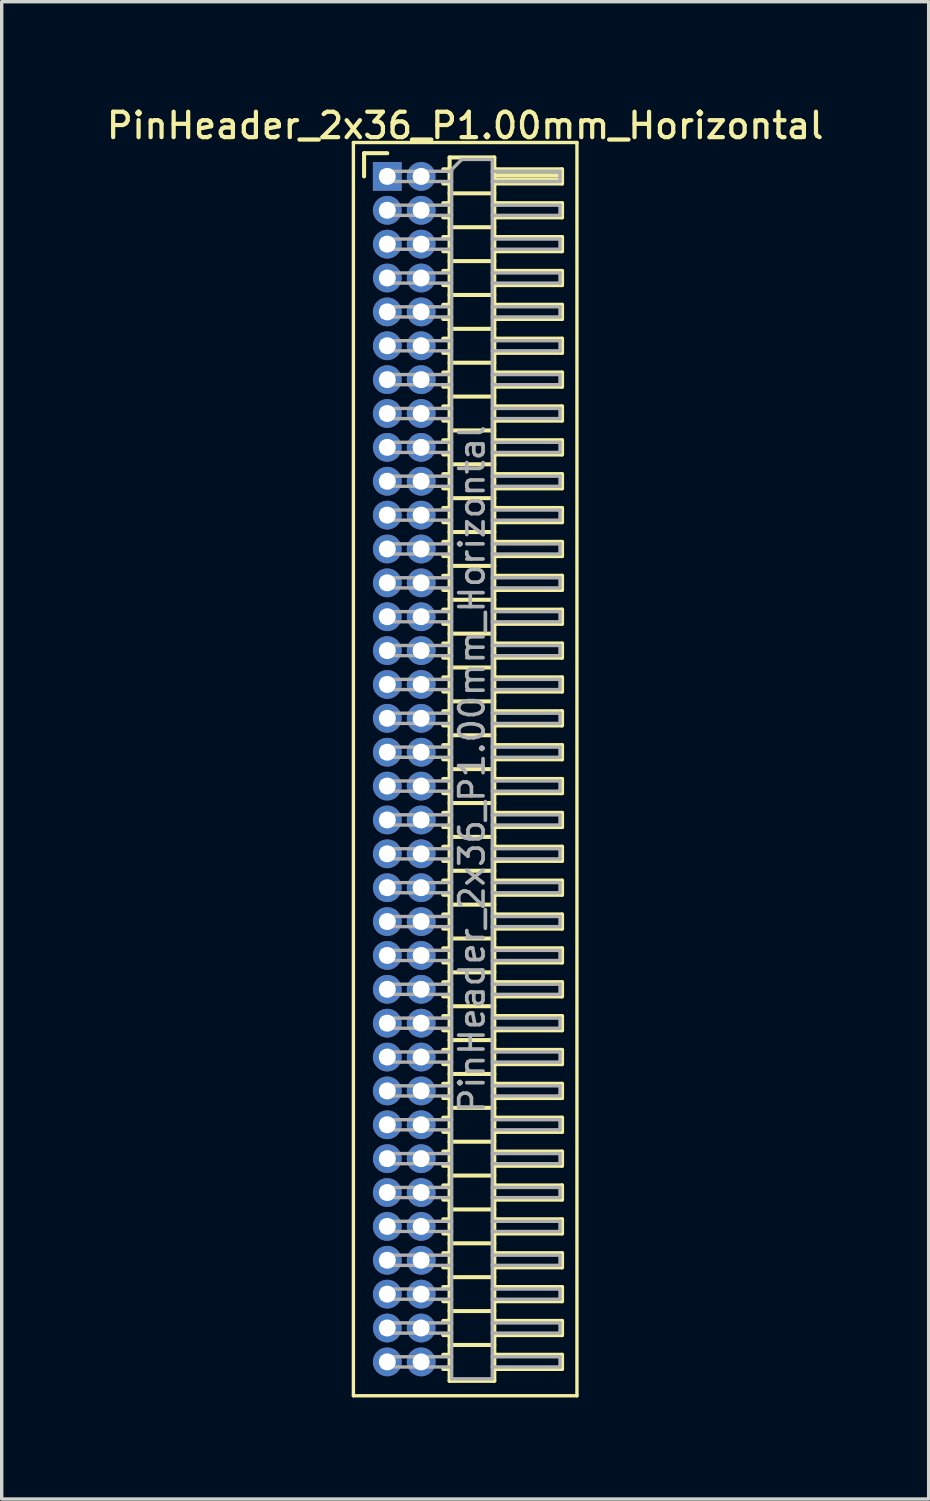
<source format=kicad_pcb>
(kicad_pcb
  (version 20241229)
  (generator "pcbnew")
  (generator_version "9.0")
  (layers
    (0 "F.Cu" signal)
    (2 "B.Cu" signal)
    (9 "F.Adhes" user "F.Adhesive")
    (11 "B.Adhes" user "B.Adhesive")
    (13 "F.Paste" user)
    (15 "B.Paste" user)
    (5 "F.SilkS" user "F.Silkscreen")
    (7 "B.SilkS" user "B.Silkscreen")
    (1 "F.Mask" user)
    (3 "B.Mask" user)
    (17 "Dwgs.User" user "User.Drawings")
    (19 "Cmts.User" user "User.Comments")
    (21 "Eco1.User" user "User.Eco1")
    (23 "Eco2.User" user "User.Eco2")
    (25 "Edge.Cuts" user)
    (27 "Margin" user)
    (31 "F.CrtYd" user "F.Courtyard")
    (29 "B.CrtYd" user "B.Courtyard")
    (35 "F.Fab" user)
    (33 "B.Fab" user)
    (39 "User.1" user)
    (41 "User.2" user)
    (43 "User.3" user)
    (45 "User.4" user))
  (footprint "PinHeader_2x36_P1.00mm_Horizontal"
    (layer "F.Cu")
    (at 8.384 2.158)
    (property "Reference" "PinHeader_2x36_P1.00mm_Horizontal" (at 2.3 -1.5 0) (layer "F.SilkS") (effects (font (size 0.75 0.75) (thickness 0.125))))
    (attr through_hole)
    (fp_line (start -1 -1) (end -1 36) (stroke (width 0.1) (type solid)) (layer "F.SilkS"))
    (fp_line (start -1 36) (end 5.6 36) (stroke (width 0.1) (type solid)) (layer "F.SilkS"))
    (fp_line (start -0.685 -0.685) (end 0 -0.685) (stroke (width 0.12) (type solid)) (layer "F.SilkS"))
    (fp_line (start -0.685 0) (end -0.685 -0.685) (stroke (width 0.12) (type solid)) (layer "F.SilkS"))
    (fp_line (start 1.652 -0.21) (end 1.84 -0.21) (stroke (width 0.12) (type solid)) (layer "F.SilkS"))
    (fp_line (start 1.652 0.21) (end 1.84 0.21) (stroke (width 0.12) (type solid)) (layer "F.SilkS"))
    (fp_line (start 1.652 0.79) (end 1.84 0.79) (stroke (width 0.12) (type solid)) (layer "F.SilkS"))
    (fp_line (start 1.652 1.21) (end 1.84 1.21) (stroke (width 0.12) (type solid)) (layer "F.SilkS"))
    (fp_line (start 1.652 1.79) (end 1.84 1.79) (stroke (width 0.12) (type solid)) (layer "F.SilkS"))
    (fp_line (start 1.652 2.21) (end 1.84 2.21) (stroke (width 0.12) (type solid)) (layer "F.SilkS"))
    (fp_line (start 1.652 2.79) (end 1.84 2.79) (stroke (width 0.12) (type solid)) (layer "F.SilkS"))
    (fp_line (start 1.652 3.21) (end 1.84 3.21) (stroke (width 0.12) (type solid)) (layer "F.SilkS"))
    (fp_line (start 1.652 3.79) (end 1.84 3.79) (stroke (width 0.12) (type solid)) (layer "F.SilkS"))
    (fp_line (start 1.652 4.21) (end 1.84 4.21) (stroke (width 0.12) (type solid)) (layer "F.SilkS"))
    (fp_line (start 1.652 4.79) (end 1.84 4.79) (stroke (width 0.12) (type solid)) (layer "F.SilkS"))
    (fp_line (start 1.652 5.21) (end 1.84 5.21) (stroke (width 0.12) (type solid)) (layer "F.SilkS"))
    (fp_line (start 1.652 5.79) (end 1.84 5.79) (stroke (width 0.12) (type solid)) (layer "F.SilkS"))
    (fp_line (start 1.652 6.21) (end 1.84 6.21) (stroke (width 0.12) (type solid)) (layer "F.SilkS"))
    (fp_line (start 1.652 6.79) (end 1.84 6.79) (stroke (width 0.12) (type solid)) (layer "F.SilkS"))
    (fp_line (start 1.652 7.21) (end 1.84 7.21) (stroke (width 0.12) (type solid)) (layer "F.SilkS"))
    (fp_line (start 1.652 7.79) (end 1.84 7.79) (stroke (width 0.12) (type solid)) (layer "F.SilkS"))
    (fp_line (start 1.652 8.21) (end 1.84 8.21) (stroke (width 0.12) (type solid)) (layer "F.SilkS"))
    (fp_line (start 1.652 8.79) (end 1.84 8.79) (stroke (width 0.12) (type solid)) (layer "F.SilkS"))
    (fp_line (start 1.652 9.21) (end 1.84 9.21) (stroke (width 0.12) (type solid)) (layer "F.SilkS"))
    (fp_line (start 1.652 9.79) (end 1.84 9.79) (stroke (width 0.12) (type solid)) (layer "F.SilkS"))
    (fp_line (start 1.652 10.21) (end 1.84 10.21) (stroke (width 0.12) (type solid)) (layer "F.SilkS"))
    (fp_line (start 1.652 10.79) (end 1.84 10.79) (stroke (width 0.12) (type solid)) (layer "F.SilkS"))
    (fp_line (start 1.652 11.21) (end 1.84 11.21) (stroke (width 0.12) (type solid)) (layer "F.SilkS"))
    (fp_line (start 1.652 11.79) (end 1.84 11.79) (stroke (width 0.12) (type solid)) (layer "F.SilkS"))
    (fp_line (start 1.652 12.21) (end 1.84 12.21) (stroke (width 0.12) (type solid)) (layer "F.SilkS"))
    (fp_line (start 1.652 12.79) (end 1.84 12.79) (stroke (width 0.12) (type solid)) (layer "F.SilkS"))
    (fp_line (start 1.652 13.21) (end 1.84 13.21) (stroke (width 0.12) (type solid)) (layer "F.SilkS"))
    (fp_line (start 1.652 13.79) (end 1.84 13.79) (stroke (width 0.12) (type solid)) (layer "F.SilkS"))
    (fp_line (start 1.652 14.21) (end 1.84 14.21) (stroke (width 0.12) (type solid)) (layer "F.SilkS"))
    (fp_line (start 1.652 14.79) (end 1.84 14.79) (stroke (width 0.12) (type solid)) (layer "F.SilkS"))
    (fp_line (start 1.652 15.21) (end 1.84 15.21) (stroke (width 0.12) (type solid)) (layer "F.SilkS"))
    (fp_line (start 1.652 15.79) (end 1.84 15.79) (stroke (width 0.12) (type solid)) (layer "F.SilkS"))
    (fp_line (start 1.652 16.21) (end 1.84 16.21) (stroke (width 0.12) (type solid)) (layer "F.SilkS"))
    (fp_line (start 1.652 16.79) (end 1.84 16.79) (stroke (width 0.12) (type solid)) (layer "F.SilkS"))
    (fp_line (start 1.652 17.21) (end 1.84 17.21) (stroke (width 0.12) (type solid)) (layer "F.SilkS"))
    (fp_line (start 1.652 17.79) (end 1.84 17.79) (stroke (width 0.12) (type solid)) (layer "F.SilkS"))
    (fp_line (start 1.652 18.21) (end 1.84 18.21) (stroke (width 0.12) (type solid)) (layer "F.SilkS"))
    (fp_line (start 1.652 18.79) (end 1.84 18.79) (stroke (width 0.12) (type solid)) (layer "F.SilkS"))
    (fp_line (start 1.652 19.21) (end 1.84 19.21) (stroke (width 0.12) (type solid)) (layer "F.SilkS"))
    (fp_line (start 1.652 19.79) (end 1.84 19.79) (stroke (width 0.12) (type solid)) (layer "F.SilkS"))
    (fp_line (start 1.652 20.21) (end 1.84 20.21) (stroke (width 0.12) (type solid)) (layer "F.SilkS"))
    (fp_line (start 1.652 20.79) (end 1.84 20.79) (stroke (width 0.12) (type solid)) (layer "F.SilkS"))
    (fp_line (start 1.652 21.21) (end 1.84 21.21) (stroke (width 0.12) (type solid)) (layer "F.SilkS"))
    (fp_line (start 1.652 21.79) (end 1.84 21.79) (stroke (width 0.12) (type solid)) (layer "F.SilkS"))
    (fp_line (start 1.652 22.21) (end 1.84 22.21) (stroke (width 0.12) (type solid)) (layer "F.SilkS"))
    (fp_line (start 1.652 22.79) (end 1.84 22.79) (stroke (width 0.12) (type solid)) (layer "F.SilkS"))
    (fp_line (start 1.652 23.21) (end 1.84 23.21) (stroke (width 0.12) (type solid)) (layer "F.SilkS"))
    (fp_line (start 1.652 23.79) (end 1.84 23.79) (stroke (width 0.12) (type solid)) (layer "F.SilkS"))
    (fp_line (start 1.652 24.21) (end 1.84 24.21) (stroke (width 0.12) (type solid)) (layer "F.SilkS"))
    (fp_line (start 1.652 24.79) (end 1.84 24.79) (stroke (width 0.12) (type solid)) (layer "F.SilkS"))
    (fp_line (start 1.652 25.21) (end 1.84 25.21) (stroke (width 0.12) (type solid)) (layer "F.SilkS"))
    (fp_line (start 1.652 25.79) (end 1.84 25.79) (stroke (width 0.12) (type solid)) (layer "F.SilkS"))
    (fp_line (start 1.652 26.21) (end 1.84 26.21) (stroke (width 0.12) (type solid)) (layer "F.SilkS"))
    (fp_line (start 1.652 26.79) (end 1.84 26.79) (stroke (width 0.12) (type solid)) (layer "F.SilkS"))
    (fp_line (start 1.652 27.21) (end 1.84 27.21) (stroke (width 0.12) (type solid)) (layer "F.SilkS"))
    (fp_line (start 1.652 27.79) (end 1.84 27.79) (stroke (width 0.12) (type solid)) (layer "F.SilkS"))
    (fp_line (start 1.652 28.21) (end 1.84 28.21) (stroke (width 0.12) (type solid)) (layer "F.SilkS"))
    (fp_line (start 1.652 28.79) (end 1.84 28.79) (stroke (width 0.12) (type solid)) (layer "F.SilkS"))
    (fp_line (start 1.652 29.21) (end 1.84 29.21) (stroke (width 0.12) (type solid)) (layer "F.SilkS"))
    (fp_line (start 1.652 29.79) (end 1.84 29.79) (stroke (width 0.12) (type solid)) (layer "F.SilkS"))
    (fp_line (start 1.652 30.21) (end 1.84 30.21) (stroke (width 0.12) (type solid)) (layer "F.SilkS"))
    (fp_line (start 1.652 30.79) (end 1.84 30.79) (stroke (width 0.12) (type solid)) (layer "F.SilkS"))
    (fp_line (start 1.652 31.21) (end 1.84 31.21) (stroke (width 0.12) (type solid)) (layer "F.SilkS"))
    (fp_line (start 1.652 31.79) (end 1.84 31.79) (stroke (width 0.12) (type solid)) (layer "F.SilkS"))
    (fp_line (start 1.652 32.21) (end 1.84 32.21) (stroke (width 0.12) (type solid)) (layer "F.SilkS"))
    (fp_line (start 1.652 32.79) (end 1.84 32.79) (stroke (width 0.12) (type solid)) (layer "F.SilkS"))
    (fp_line (start 1.652 33.21) (end 1.84 33.21) (stroke (width 0.12) (type solid)) (layer "F.SilkS"))
    (fp_line (start 1.652 33.79) (end 1.84 33.79) (stroke (width 0.12) (type solid)) (layer "F.SilkS"))
    (fp_line (start 1.652 34.21) (end 1.84 34.21) (stroke (width 0.12) (type solid)) (layer "F.SilkS"))
    (fp_line (start 1.652 34.79) (end 1.84 34.79) (stroke (width 0.12) (type solid)) (layer "F.SilkS"))
    (fp_line (start 1.652 35.21) (end 1.84 35.21) (stroke (width 0.12) (type solid)) (layer "F.SilkS"))
    (fp_line (start 1.84 -0.56) (end 1.84 35.56) (stroke (width 0.12) (type solid)) (layer "F.SilkS"))
    (fp_line (start 1.84 0.5) (end 3.16 0.5) (stroke (width 0.12) (type solid)) (layer "F.SilkS"))
    (fp_line (start 1.84 1.5) (end 3.16 1.5) (stroke (width 0.12) (type solid)) (layer "F.SilkS"))
    (fp_line (start 1.84 2.5) (end 3.16 2.5) (stroke (width 0.12) (type solid)) (layer "F.SilkS"))
    (fp_line (start 1.84 3.5) (end 3.16 3.5) (stroke (width 0.12) (type solid)) (layer "F.SilkS"))
    (fp_line (start 1.84 4.5) (end 3.16 4.5) (stroke (width 0.12) (type solid)) (layer "F.SilkS"))
    (fp_line (start 1.84 5.5) (end 3.16 5.5) (stroke (width 0.12) (type solid)) (layer "F.SilkS"))
    (fp_line (start 1.84 6.5) (end 3.16 6.5) (stroke (width 0.12) (type solid)) (layer "F.SilkS"))
    (fp_line (start 1.84 7.5) (end 3.16 7.5) (stroke (width 0.12) (type solid)) (layer "F.SilkS"))
    (fp_line (start 1.84 8.5) (end 3.16 8.5) (stroke (width 0.12) (type solid)) (layer "F.SilkS"))
    (fp_line (start 1.84 9.5) (end 3.16 9.5) (stroke (width 0.12) (type solid)) (layer "F.SilkS"))
    (fp_line (start 1.84 10.5) (end 3.16 10.5) (stroke (width 0.12) (type solid)) (layer "F.SilkS"))
    (fp_line (start 1.84 11.5) (end 3.16 11.5) (stroke (width 0.12) (type solid)) (layer "F.SilkS"))
    (fp_line (start 1.84 12.5) (end 3.16 12.5) (stroke (width 0.12) (type solid)) (layer "F.SilkS"))
    (fp_line (start 1.84 13.5) (end 3.16 13.5) (stroke (width 0.12) (type solid)) (layer "F.SilkS"))
    (fp_line (start 1.84 14.5) (end 3.16 14.5) (stroke (width 0.12) (type solid)) (layer "F.SilkS"))
    (fp_line (start 1.84 15.5) (end 3.16 15.5) (stroke (width 0.12) (type solid)) (layer "F.SilkS"))
    (fp_line (start 1.84 16.5) (end 3.16 16.5) (stroke (width 0.12) (type solid)) (layer "F.SilkS"))
    (fp_line (start 1.84 17.5) (end 3.16 17.5) (stroke (width 0.12) (type solid)) (layer "F.SilkS"))
    (fp_line (start 1.84 18.5) (end 3.16 18.5) (stroke (width 0.12) (type solid)) (layer "F.SilkS"))
    (fp_line (start 1.84 19.5) (end 3.16 19.5) (stroke (width 0.12) (type solid)) (layer "F.SilkS"))
    (fp_line (start 1.84 20.5) (end 3.16 20.5) (stroke (width 0.12) (type solid)) (layer "F.SilkS"))
    (fp_line (start 1.84 21.5) (end 3.16 21.5) (stroke (width 0.12) (type solid)) (layer "F.SilkS"))
    (fp_line (start 1.84 22.5) (end 3.16 22.5) (stroke (width 0.12) (type solid)) (layer "F.SilkS"))
    (fp_line (start 1.84 23.5) (end 3.16 23.5) (stroke (width 0.12) (type solid)) (layer "F.SilkS"))
    (fp_line (start 1.84 24.5) (end 3.16 24.5) (stroke (width 0.12) (type solid)) (layer "F.SilkS"))
    (fp_line (start 1.84 25.5) (end 3.16 25.5) (stroke (width 0.12) (type solid)) (layer "F.SilkS"))
    (fp_line (start 1.84 26.5) (end 3.16 26.5) (stroke (width 0.12) (type solid)) (layer "F.SilkS"))
    (fp_line (start 1.84 27.5) (end 3.16 27.5) (stroke (width 0.12) (type solid)) (layer "F.SilkS"))
    (fp_line (start 1.84 28.5) (end 3.16 28.5) (stroke (width 0.12) (type solid)) (layer "F.SilkS"))
    (fp_line (start 1.84 29.5) (end 3.16 29.5) (stroke (width 0.12) (type solid)) (layer "F.SilkS"))
    (fp_line (start 1.84 30.5) (end 3.16 30.5) (stroke (width 0.12) (type solid)) (layer "F.SilkS"))
    (fp_line (start 1.84 31.5) (end 3.16 31.5) (stroke (width 0.12) (type solid)) (layer "F.SilkS"))
    (fp_line (start 1.84 32.5) (end 3.16 32.5) (stroke (width 0.12) (type solid)) (layer "F.SilkS"))
    (fp_line (start 1.84 33.5) (end 3.16 33.5) (stroke (width 0.12) (type solid)) (layer "F.SilkS"))
    (fp_line (start 1.84 34.5) (end 3.16 34.5) (stroke (width 0.12) (type solid)) (layer "F.SilkS"))
    (fp_line (start 1.84 35.56) (end 3.16 35.56) (stroke (width 0.12) (type solid)) (layer "F.SilkS"))
    (fp_line (start 3.16 -0.56) (end 1.84 -0.56) (stroke (width 0.12) (type solid)) (layer "F.SilkS"))
    (fp_line (start 3.16 -0.21) (end 5.16 -0.21) (stroke (width 0.12) (type solid)) (layer "F.SilkS"))
    (fp_line (start 3.16 -0.15) (end 5.16 -0.15) (stroke (width 0.12) (type solid)) (layer "F.SilkS"))
    (fp_line (start 3.16 -0.03) (end 5.16 -0.03) (stroke (width 0.12) (type solid)) (layer "F.SilkS"))
    (fp_line (start 3.16 0.09) (end 5.16 0.09) (stroke (width 0.12) (type solid)) (layer "F.SilkS"))
    (fp_line (start 3.16 0.79) (end 5.16 0.79) (stroke (width 0.12) (type solid)) (layer "F.SilkS"))
    (fp_line (start 3.16 1.79) (end 5.16 1.79) (stroke (width 0.12) (type solid)) (layer "F.SilkS"))
    (fp_line (start 3.16 2.79) (end 5.16 2.79) (stroke (width 0.12) (type solid)) (layer "F.SilkS"))
    (fp_line (start 3.16 3.79) (end 5.16 3.79) (stroke (width 0.12) (type solid)) (layer "F.SilkS"))
    (fp_line (start 3.16 4.79) (end 5.16 4.79) (stroke (width 0.12) (type solid)) (layer "F.SilkS"))
    (fp_line (start 3.16 5.79) (end 5.16 5.79) (stroke (width 0.12) (type solid)) (layer "F.SilkS"))
    (fp_line (start 3.16 6.79) (end 5.16 6.79) (stroke (width 0.12) (type solid)) (layer "F.SilkS"))
    (fp_line (start 3.16 7.79) (end 5.16 7.79) (stroke (width 0.12) (type solid)) (layer "F.SilkS"))
    (fp_line (start 3.16 8.79) (end 5.16 8.79) (stroke (width 0.12) (type solid)) (layer "F.SilkS"))
    (fp_line (start 3.16 9.79) (end 5.16 9.79) (stroke (width 0.12) (type solid)) (layer "F.SilkS"))
    (fp_line (start 3.16 10.79) (end 5.16 10.79) (stroke (width 0.12) (type solid)) (layer "F.SilkS"))
    (fp_line (start 3.16 11.79) (end 5.16 11.79) (stroke (width 0.12) (type solid)) (layer "F.SilkS"))
    (fp_line (start 3.16 12.79) (end 5.16 12.79) (stroke (width 0.12) (type solid)) (layer "F.SilkS"))
    (fp_line (start 3.16 13.79) (end 5.16 13.79) (stroke (width 0.12) (type solid)) (layer "F.SilkS"))
    (fp_line (start 3.16 14.79) (end 5.16 14.79) (stroke (width 0.12) (type solid)) (layer "F.SilkS"))
    (fp_line (start 3.16 15.79) (end 5.16 15.79) (stroke (width 0.12) (type solid)) (layer "F.SilkS"))
    (fp_line (start 3.16 16.79) (end 5.16 16.79) (stroke (width 0.12) (type solid)) (layer "F.SilkS"))
    (fp_line (start 3.16 17.79) (end 5.16 17.79) (stroke (width 0.12) (type solid)) (layer "F.SilkS"))
    (fp_line (start 3.16 18.79) (end 5.16 18.79) (stroke (width 0.12) (type solid)) (layer "F.SilkS"))
    (fp_line (start 3.16 19.79) (end 5.16 19.79) (stroke (width 0.12) (type solid)) (layer "F.SilkS"))
    (fp_line (start 3.16 20.79) (end 5.16 20.79) (stroke (width 0.12) (type solid)) (layer "F.SilkS"))
    (fp_line (start 3.16 21.79) (end 5.16 21.79) (stroke (width 0.12) (type solid)) (layer "F.SilkS"))
    (fp_line (start 3.16 22.79) (end 5.16 22.79) (stroke (width 0.12) (type solid)) (layer "F.SilkS"))
    (fp_line (start 3.16 23.79) (end 5.16 23.79) (stroke (width 0.12) (type solid)) (layer "F.SilkS"))
    (fp_line (start 3.16 24.79) (end 5.16 24.79) (stroke (width 0.12) (type solid)) (layer "F.SilkS"))
    (fp_line (start 3.16 25.79) (end 5.16 25.79) (stroke (width 0.12) (type solid)) (layer "F.SilkS"))
    (fp_line (start 3.16 26.79) (end 5.16 26.79) (stroke (width 0.12) (type solid)) (layer "F.SilkS"))
    (fp_line (start 3.16 27.79) (end 5.16 27.79) (stroke (width 0.12) (type solid)) (layer "F.SilkS"))
    (fp_line (start 3.16 28.79) (end 5.16 28.79) (stroke (width 0.12) (type solid)) (layer "F.SilkS"))
    (fp_line (start 3.16 29.79) (end 5.16 29.79) (stroke (width 0.12) (type solid)) (layer "F.SilkS"))
    (fp_line (start 3.16 30.79) (end 5.16 30.79) (stroke (width 0.12) (type solid)) (layer "F.SilkS"))
    (fp_line (start 3.16 31.79) (end 5.16 31.79) (stroke (width 0.12) (type solid)) (layer "F.SilkS"))
    (fp_line (start 3.16 32.79) (end 5.16 32.79) (stroke (width 0.12) (type solid)) (layer "F.SilkS"))
    (fp_line (start 3.16 33.79) (end 5.16 33.79) (stroke (width 0.12) (type solid)) (layer "F.SilkS"))
    (fp_line (start 3.16 34.79) (end 5.16 34.79) (stroke (width 0.12) (type solid)) (layer "F.SilkS"))
    (fp_line (start 3.16 35.56) (end 3.16 -0.56) (stroke (width 0.12) (type solid)) (layer "F.SilkS"))
    (fp_line (start 5.16 -0.21) (end 5.16 0.21) (stroke (width 0.12) (type solid)) (layer "F.SilkS"))
    (fp_line (start 5.16 0.21) (end 3.16 0.21) (stroke (width 0.12) (type solid)) (layer "F.SilkS"))
    (fp_line (start 5.16 0.79) (end 5.16 1.21) (stroke (width 0.12) (type solid)) (layer "F.SilkS"))
    (fp_line (start 5.16 1.21) (end 3.16 1.21) (stroke (width 0.12) (type solid)) (layer "F.SilkS"))
    (fp_line (start 5.16 1.79) (end 5.16 2.21) (stroke (width 0.12) (type solid)) (layer "F.SilkS"))
    (fp_line (start 5.16 2.21) (end 3.16 2.21) (stroke (width 0.12) (type solid)) (layer "F.SilkS"))
    (fp_line (start 5.16 2.79) (end 5.16 3.21) (stroke (width 0.12) (type solid)) (layer "F.SilkS"))
    (fp_line (start 5.16 3.21) (end 3.16 3.21) (stroke (width 0.12) (type solid)) (layer "F.SilkS"))
    (fp_line (start 5.16 3.79) (end 5.16 4.21) (stroke (width 0.12) (type solid)) (layer "F.SilkS"))
    (fp_line (start 5.16 4.21) (end 3.16 4.21) (stroke (width 0.12) (type solid)) (layer "F.SilkS"))
    (fp_line (start 5.16 4.79) (end 5.16 5.21) (stroke (width 0.12) (type solid)) (layer "F.SilkS"))
    (fp_line (start 5.16 5.21) (end 3.16 5.21) (stroke (width 0.12) (type solid)) (layer "F.SilkS"))
    (fp_line (start 5.16 5.79) (end 5.16 6.21) (stroke (width 0.12) (type solid)) (layer "F.SilkS"))
    (fp_line (start 5.16 6.21) (end 3.16 6.21) (stroke (width 0.12) (type solid)) (layer "F.SilkS"))
    (fp_line (start 5.16 6.79) (end 5.16 7.21) (stroke (width 0.12) (type solid)) (layer "F.SilkS"))
    (fp_line (start 5.16 7.21) (end 3.16 7.21) (stroke (width 0.12) (type solid)) (layer "F.SilkS"))
    (fp_line (start 5.16 7.79) (end 5.16 8.21) (stroke (width 0.12) (type solid)) (layer "F.SilkS"))
    (fp_line (start 5.16 8.21) (end 3.16 8.21) (stroke (width 0.12) (type solid)) (layer "F.SilkS"))
    (fp_line (start 5.16 8.79) (end 5.16 9.21) (stroke (width 0.12) (type solid)) (layer "F.SilkS"))
    (fp_line (start 5.16 9.21) (end 3.16 9.21) (stroke (width 0.12) (type solid)) (layer "F.SilkS"))
    (fp_line (start 5.16 9.79) (end 5.16 10.21) (stroke (width 0.12) (type solid)) (layer "F.SilkS"))
    (fp_line (start 5.16 10.21) (end 3.16 10.21) (stroke (width 0.12) (type solid)) (layer "F.SilkS"))
    (fp_line (start 5.16 10.79) (end 5.16 11.21) (stroke (width 0.12) (type solid)) (layer "F.SilkS"))
    (fp_line (start 5.16 11.21) (end 3.16 11.21) (stroke (width 0.12) (type solid)) (layer "F.SilkS"))
    (fp_line (start 5.16 11.79) (end 5.16 12.21) (stroke (width 0.12) (type solid)) (layer "F.SilkS"))
    (fp_line (start 5.16 12.21) (end 3.16 12.21) (stroke (width 0.12) (type solid)) (layer "F.SilkS"))
    (fp_line (start 5.16 12.79) (end 5.16 13.21) (stroke (width 0.12) (type solid)) (layer "F.SilkS"))
    (fp_line (start 5.16 13.21) (end 3.16 13.21) (stroke (width 0.12) (type solid)) (layer "F.SilkS"))
    (fp_line (start 5.16 13.79) (end 5.16 14.21) (stroke (width 0.12) (type solid)) (layer "F.SilkS"))
    (fp_line (start 5.16 14.21) (end 3.16 14.21) (stroke (width 0.12) (type solid)) (layer "F.SilkS"))
    (fp_line (start 5.16 14.79) (end 5.16 15.21) (stroke (width 0.12) (type solid)) (layer "F.SilkS"))
    (fp_line (start 5.16 15.21) (end 3.16 15.21) (stroke (width 0.12) (type solid)) (layer "F.SilkS"))
    (fp_line (start 5.16 15.79) (end 5.16 16.21) (stroke (width 0.12) (type solid)) (layer "F.SilkS"))
    (fp_line (start 5.16 16.21) (end 3.16 16.21) (stroke (width 0.12) (type solid)) (layer "F.SilkS"))
    (fp_line (start 5.16 16.79) (end 5.16 17.21) (stroke (width 0.12) (type solid)) (layer "F.SilkS"))
    (fp_line (start 5.16 17.21) (end 3.16 17.21) (stroke (width 0.12) (type solid)) (layer "F.SilkS"))
    (fp_line (start 5.16 17.79) (end 5.16 18.21) (stroke (width 0.12) (type solid)) (layer "F.SilkS"))
    (fp_line (start 5.16 18.21) (end 3.16 18.21) (stroke (width 0.12) (type solid)) (layer "F.SilkS"))
    (fp_line (start 5.16 18.79) (end 5.16 19.21) (stroke (width 0.12) (type solid)) (layer "F.SilkS"))
    (fp_line (start 5.16 19.21) (end 3.16 19.21) (stroke (width 0.12) (type solid)) (layer "F.SilkS"))
    (fp_line (start 5.16 19.79) (end 5.16 20.21) (stroke (width 0.12) (type solid)) (layer "F.SilkS"))
    (fp_line (start 5.16 20.21) (end 3.16 20.21) (stroke (width 0.12) (type solid)) (layer "F.SilkS"))
    (fp_line (start 5.16 20.79) (end 5.16 21.21) (stroke (width 0.12) (type solid)) (layer "F.SilkS"))
    (fp_line (start 5.16 21.21) (end 3.16 21.21) (stroke (width 0.12) (type solid)) (layer "F.SilkS"))
    (fp_line (start 5.16 21.79) (end 5.16 22.21) (stroke (width 0.12) (type solid)) (layer "F.SilkS"))
    (fp_line (start 5.16 22.21) (end 3.16 22.21) (stroke (width 0.12) (type solid)) (layer "F.SilkS"))
    (fp_line (start 5.16 22.79) (end 5.16 23.21) (stroke (width 0.12) (type solid)) (layer "F.SilkS"))
    (fp_line (start 5.16 23.21) (end 3.16 23.21) (stroke (width 0.12) (type solid)) (layer "F.SilkS"))
    (fp_line (start 5.16 23.79) (end 5.16 24.21) (stroke (width 0.12) (type solid)) (layer "F.SilkS"))
    (fp_line (start 5.16 24.21) (end 3.16 24.21) (stroke (width 0.12) (type solid)) (layer "F.SilkS"))
    (fp_line (start 5.16 24.79) (end 5.16 25.21) (stroke (width 0.12) (type solid)) (layer "F.SilkS"))
    (fp_line (start 5.16 25.21) (end 3.16 25.21) (stroke (width 0.12) (type solid)) (layer "F.SilkS"))
    (fp_line (start 5.16 25.79) (end 5.16 26.21) (stroke (width 0.12) (type solid)) (layer "F.SilkS"))
    (fp_line (start 5.16 26.21) (end 3.16 26.21) (stroke (width 0.12) (type solid)) (layer "F.SilkS"))
    (fp_line (start 5.16 26.79) (end 5.16 27.21) (stroke (width 0.12) (type solid)) (layer "F.SilkS"))
    (fp_line (start 5.16 27.21) (end 3.16 27.21) (stroke (width 0.12) (type solid)) (layer "F.SilkS"))
    (fp_line (start 5.16 27.79) (end 5.16 28.21) (stroke (width 0.12) (type solid)) (layer "F.SilkS"))
    (fp_line (start 5.16 28.21) (end 3.16 28.21) (stroke (width 0.12) (type solid)) (layer "F.SilkS"))
    (fp_line (start 5.16 28.79) (end 5.16 29.21) (stroke (width 0.12) (type solid)) (layer "F.SilkS"))
    (fp_line (start 5.16 29.21) (end 3.16 29.21) (stroke (width 0.12) (type solid)) (layer "F.SilkS"))
    (fp_line (start 5.16 29.79) (end 5.16 30.21) (stroke (width 0.12) (type solid)) (layer "F.SilkS"))
    (fp_line (start 5.16 30.21) (end 3.16 30.21) (stroke (width 0.12) (type solid)) (layer "F.SilkS"))
    (fp_line (start 5.16 30.79) (end 5.16 31.21) (stroke (width 0.12) (type solid)) (layer "F.SilkS"))
    (fp_line (start 5.16 31.21) (end 3.16 31.21) (stroke (width 0.12) (type solid)) (layer "F.SilkS"))
    (fp_line (start 5.16 31.79) (end 5.16 32.21) (stroke (width 0.12) (type solid)) (layer "F.SilkS"))
    (fp_line (start 5.16 32.21) (end 3.16 32.21) (stroke (width 0.12) (type solid)) (layer "F.SilkS"))
    (fp_line (start 5.16 32.79) (end 5.16 33.21) (stroke (width 0.12) (type solid)) (layer "F.SilkS"))
    (fp_line (start 5.16 33.21) (end 3.16 33.21) (stroke (width 0.12) (type solid)) (layer "F.SilkS"))
    (fp_line (start 5.16 33.79) (end 5.16 34.21) (stroke (width 0.12) (type solid)) (layer "F.SilkS"))
    (fp_line (start 5.16 34.21) (end 3.16 34.21) (stroke (width 0.12) (type solid)) (layer "F.SilkS"))
    (fp_line (start 5.16 34.79) (end 5.16 35.21) (stroke (width 0.12) (type solid)) (layer "F.SilkS"))
    (fp_line (start 5.16 35.21) (end 3.16 35.21) (stroke (width 0.12) (type solid)) (layer "F.SilkS"))
    (fp_line (start 5.6 -1) (end -1 -1) (stroke (width 0.1) (type solid)) (layer "F.SilkS"))
    (fp_line (start 5.6 36) (end 5.6 -1) (stroke (width 0.1) (type solid)) (layer "F.SilkS"))
    (fp_line (start -0.15 -0.15) (end -0.15 0.15) (stroke (width 0.1) (type solid)) (layer "F.Fab"))
    (fp_line (start -0.15 -0.15) (end 1.9 -0.15) (stroke (width 0.1) (type solid)) (layer "F.Fab"))
    (fp_line (start -0.15 0.15) (end 1.9 0.15) (stroke (width 0.1) (type solid)) (layer "F.Fab"))
    (fp_line (start -0.15 0.85) (end -0.15 1.15) (stroke (width 0.1) (type solid)) (layer "F.Fab"))
    (fp_line (start -0.15 0.85) (end 1.9 0.85) (stroke (width 0.1) (type solid)) (layer "F.Fab"))
    (fp_line (start -0.15 1.15) (end 1.9 1.15) (stroke (width 0.1) (type solid)) (layer "F.Fab"))
    (fp_line (start -0.15 1.85) (end -0.15 2.15) (stroke (width 0.1) (type solid)) (layer "F.Fab"))
    (fp_line (start -0.15 1.85) (end 1.9 1.85) (stroke (width 0.1) (type solid)) (layer "F.Fab"))
    (fp_line (start -0.15 2.15) (end 1.9 2.15) (stroke (width 0.1) (type solid)) (layer "F.Fab"))
    (fp_line (start -0.15 2.85) (end -0.15 3.15) (stroke (width 0.1) (type solid)) (layer "F.Fab"))
    (fp_line (start -0.15 2.85) (end 1.9 2.85) (stroke (width 0.1) (type solid)) (layer "F.Fab"))
    (fp_line (start -0.15 3.15) (end 1.9 3.15) (stroke (width 0.1) (type solid)) (layer "F.Fab"))
    (fp_line (start -0.15 3.85) (end -0.15 4.15) (stroke (width 0.1) (type solid)) (layer "F.Fab"))
    (fp_line (start -0.15 3.85) (end 1.9 3.85) (stroke (width 0.1) (type solid)) (layer "F.Fab"))
    (fp_line (start -0.15 4.15) (end 1.9 4.15) (stroke (width 0.1) (type solid)) (layer "F.Fab"))
    (fp_line (start -0.15 4.85) (end -0.15 5.15) (stroke (width 0.1) (type solid)) (layer "F.Fab"))
    (fp_line (start -0.15 4.85) (end 1.9 4.85) (stroke (width 0.1) (type solid)) (layer "F.Fab"))
    (fp_line (start -0.15 5.15) (end 1.9 5.15) (stroke (width 0.1) (type solid)) (layer "F.Fab"))
    (fp_line (start -0.15 5.85) (end -0.15 6.15) (stroke (width 0.1) (type solid)) (layer "F.Fab"))
    (fp_line (start -0.15 5.85) (end 1.9 5.85) (stroke (width 0.1) (type solid)) (layer "F.Fab"))
    (fp_line (start -0.15 6.15) (end 1.9 6.15) (stroke (width 0.1) (type solid)) (layer "F.Fab"))
    (fp_line (start -0.15 6.85) (end -0.15 7.15) (stroke (width 0.1) (type solid)) (layer "F.Fab"))
    (fp_line (start -0.15 6.85) (end 1.9 6.85) (stroke (width 0.1) (type solid)) (layer "F.Fab"))
    (fp_line (start -0.15 7.15) (end 1.9 7.15) (stroke (width 0.1) (type solid)) (layer "F.Fab"))
    (fp_line (start -0.15 7.85) (end -0.15 8.15) (stroke (width 0.1) (type solid)) (layer "F.Fab"))
    (fp_line (start -0.15 7.85) (end 1.9 7.85) (stroke (width 0.1) (type solid)) (layer "F.Fab"))
    (fp_line (start -0.15 8.15) (end 1.9 8.15) (stroke (width 0.1) (type solid)) (layer "F.Fab"))
    (fp_line (start -0.15 8.85) (end -0.15 9.15) (stroke (width 0.1) (type solid)) (layer "F.Fab"))
    (fp_line (start -0.15 8.85) (end 1.9 8.85) (stroke (width 0.1) (type solid)) (layer "F.Fab"))
    (fp_line (start -0.15 9.15) (end 1.9 9.15) (stroke (width 0.1) (type solid)) (layer "F.Fab"))
    (fp_line (start -0.15 9.85) (end -0.15 10.15) (stroke (width 0.1) (type solid)) (layer "F.Fab"))
    (fp_line (start -0.15 9.85) (end 1.9 9.85) (stroke (width 0.1) (type solid)) (layer "F.Fab"))
    (fp_line (start -0.15 10.15) (end 1.9 10.15) (stroke (width 0.1) (type solid)) (layer "F.Fab"))
    (fp_line (start -0.15 10.85) (end -0.15 11.15) (stroke (width 0.1) (type solid)) (layer "F.Fab"))
    (fp_line (start -0.15 10.85) (end 1.9 10.85) (stroke (width 0.1) (type solid)) (layer "F.Fab"))
    (fp_line (start -0.15 11.15) (end 1.9 11.15) (stroke (width 0.1) (type solid)) (layer "F.Fab"))
    (fp_line (start -0.15 11.85) (end -0.15 12.15) (stroke (width 0.1) (type solid)) (layer "F.Fab"))
    (fp_line (start -0.15 11.85) (end 1.9 11.85) (stroke (width 0.1) (type solid)) (layer "F.Fab"))
    (fp_line (start -0.15 12.15) (end 1.9 12.15) (stroke (width 0.1) (type solid)) (layer "F.Fab"))
    (fp_line (start -0.15 12.85) (end -0.15 13.15) (stroke (width 0.1) (type solid)) (layer "F.Fab"))
    (fp_line (start -0.15 12.85) (end 1.9 12.85) (stroke (width 0.1) (type solid)) (layer "F.Fab"))
    (fp_line (start -0.15 13.15) (end 1.9 13.15) (stroke (width 0.1) (type solid)) (layer "F.Fab"))
    (fp_line (start -0.15 13.85) (end -0.15 14.15) (stroke (width 0.1) (type solid)) (layer "F.Fab"))
    (fp_line (start -0.15 13.85) (end 1.9 13.85) (stroke (width 0.1) (type solid)) (layer "F.Fab"))
    (fp_line (start -0.15 14.15) (end 1.9 14.15) (stroke (width 0.1) (type solid)) (layer "F.Fab"))
    (fp_line (start -0.15 14.85) (end -0.15 15.15) (stroke (width 0.1) (type solid)) (layer "F.Fab"))
    (fp_line (start -0.15 14.85) (end 1.9 14.85) (stroke (width 0.1) (type solid)) (layer "F.Fab"))
    (fp_line (start -0.15 15.15) (end 1.9 15.15) (stroke (width 0.1) (type solid)) (layer "F.Fab"))
    (fp_line (start -0.15 15.85) (end -0.15 16.15) (stroke (width 0.1) (type solid)) (layer "F.Fab"))
    (fp_line (start -0.15 15.85) (end 1.9 15.85) (stroke (width 0.1) (type solid)) (layer "F.Fab"))
    (fp_line (start -0.15 16.15) (end 1.9 16.15) (stroke (width 0.1) (type solid)) (layer "F.Fab"))
    (fp_line (start -0.15 16.85) (end -0.15 17.15) (stroke (width 0.1) (type solid)) (layer "F.Fab"))
    (fp_line (start -0.15 16.85) (end 1.9 16.85) (stroke (width 0.1) (type solid)) (layer "F.Fab"))
    (fp_line (start -0.15 17.15) (end 1.9 17.15) (stroke (width 0.1) (type solid)) (layer "F.Fab"))
    (fp_line (start -0.15 17.85) (end -0.15 18.15) (stroke (width 0.1) (type solid)) (layer "F.Fab"))
    (fp_line (start -0.15 17.85) (end 1.9 17.85) (stroke (width 0.1) (type solid)) (layer "F.Fab"))
    (fp_line (start -0.15 18.15) (end 1.9 18.15) (stroke (width 0.1) (type solid)) (layer "F.Fab"))
    (fp_line (start -0.15 18.85) (end -0.15 19.15) (stroke (width 0.1) (type solid)) (layer "F.Fab"))
    (fp_line (start -0.15 18.85) (end 1.9 18.85) (stroke (width 0.1) (type solid)) (layer "F.Fab"))
    (fp_line (start -0.15 19.15) (end 1.9 19.15) (stroke (width 0.1) (type solid)) (layer "F.Fab"))
    (fp_line (start -0.15 19.85) (end -0.15 20.15) (stroke (width 0.1) (type solid)) (layer "F.Fab"))
    (fp_line (start -0.15 19.85) (end 1.9 19.85) (stroke (width 0.1) (type solid)) (layer "F.Fab"))
    (fp_line (start -0.15 20.15) (end 1.9 20.15) (stroke (width 0.1) (type solid)) (layer "F.Fab"))
    (fp_line (start -0.15 20.85) (end -0.15 21.15) (stroke (width 0.1) (type solid)) (layer "F.Fab"))
    (fp_line (start -0.15 20.85) (end 1.9 20.85) (stroke (width 0.1) (type solid)) (layer "F.Fab"))
    (fp_line (start -0.15 21.15) (end 1.9 21.15) (stroke (width 0.1) (type solid)) (layer "F.Fab"))
    (fp_line (start -0.15 21.85) (end -0.15 22.15) (stroke (width 0.1) (type solid)) (layer "F.Fab"))
    (fp_line (start -0.15 21.85) (end 1.9 21.85) (stroke (width 0.1) (type solid)) (layer "F.Fab"))
    (fp_line (start -0.15 22.15) (end 1.9 22.15) (stroke (width 0.1) (type solid)) (layer "F.Fab"))
    (fp_line (start -0.15 22.85) (end -0.15 23.15) (stroke (width 0.1) (type solid)) (layer "F.Fab"))
    (fp_line (start -0.15 22.85) (end 1.9 22.85) (stroke (width 0.1) (type solid)) (layer "F.Fab"))
    (fp_line (start -0.15 23.15) (end 1.9 23.15) (stroke (width 0.1) (type solid)) (layer "F.Fab"))
    (fp_line (start -0.15 23.85) (end -0.15 24.15) (stroke (width 0.1) (type solid)) (layer "F.Fab"))
    (fp_line (start -0.15 23.85) (end 1.9 23.85) (stroke (width 0.1) (type solid)) (layer "F.Fab"))
    (fp_line (start -0.15 24.15) (end 1.9 24.15) (stroke (width 0.1) (type solid)) (layer "F.Fab"))
    (fp_line (start -0.15 24.85) (end -0.15 25.15) (stroke (width 0.1) (type solid)) (layer "F.Fab"))
    (fp_line (start -0.15 24.85) (end 1.9 24.85) (stroke (width 0.1) (type solid)) (layer "F.Fab"))
    (fp_line (start -0.15 25.15) (end 1.9 25.15) (stroke (width 0.1) (type solid)) (layer "F.Fab"))
    (fp_line (start -0.15 25.85) (end -0.15 26.15) (stroke (width 0.1) (type solid)) (layer "F.Fab"))
    (fp_line (start -0.15 25.85) (end 1.9 25.85) (stroke (width 0.1) (type solid)) (layer "F.Fab"))
    (fp_line (start -0.15 26.15) (end 1.9 26.15) (stroke (width 0.1) (type solid)) (layer "F.Fab"))
    (fp_line (start -0.15 26.85) (end -0.15 27.15) (stroke (width 0.1) (type solid)) (layer "F.Fab"))
    (fp_line (start -0.15 26.85) (end 1.9 26.85) (stroke (width 0.1) (type solid)) (layer "F.Fab"))
    (fp_line (start -0.15 27.15) (end 1.9 27.15) (stroke (width 0.1) (type solid)) (layer "F.Fab"))
    (fp_line (start -0.15 27.85) (end -0.15 28.15) (stroke (width 0.1) (type solid)) (layer "F.Fab"))
    (fp_line (start -0.15 27.85) (end 1.9 27.85) (stroke (width 0.1) (type solid)) (layer "F.Fab"))
    (fp_line (start -0.15 28.15) (end 1.9 28.15) (stroke (width 0.1) (type solid)) (layer "F.Fab"))
    (fp_line (start -0.15 28.85) (end -0.15 29.15) (stroke (width 0.1) (type solid)) (layer "F.Fab"))
    (fp_line (start -0.15 28.85) (end 1.9 28.85) (stroke (width 0.1) (type solid)) (layer "F.Fab"))
    (fp_line (start -0.15 29.15) (end 1.9 29.15) (stroke (width 0.1) (type solid)) (layer "F.Fab"))
    (fp_line (start -0.15 29.85) (end -0.15 30.15) (stroke (width 0.1) (type solid)) (layer "F.Fab"))
    (fp_line (start -0.15 29.85) (end 1.9 29.85) (stroke (width 0.1) (type solid)) (layer "F.Fab"))
    (fp_line (start -0.15 30.15) (end 1.9 30.15) (stroke (width 0.1) (type solid)) (layer "F.Fab"))
    (fp_line (start -0.15 30.85) (end -0.15 31.15) (stroke (width 0.1) (type solid)) (layer "F.Fab"))
    (fp_line (start -0.15 30.85) (end 1.9 30.85) (stroke (width 0.1) (type solid)) (layer "F.Fab"))
    (fp_line (start -0.15 31.15) (end 1.9 31.15) (stroke (width 0.1) (type solid)) (layer "F.Fab"))
    (fp_line (start -0.15 31.85) (end -0.15 32.15) (stroke (width 0.1) (type solid)) (layer "F.Fab"))
    (fp_line (start -0.15 31.85) (end 1.9 31.85) (stroke (width 0.1) (type solid)) (layer "F.Fab"))
    (fp_line (start -0.15 32.15) (end 1.9 32.15) (stroke (width 0.1) (type solid)) (layer "F.Fab"))
    (fp_line (start -0.15 32.85) (end -0.15 33.15) (stroke (width 0.1) (type solid)) (layer "F.Fab"))
    (fp_line (start -0.15 32.85) (end 1.9 32.85) (stroke (width 0.1) (type solid)) (layer "F.Fab"))
    (fp_line (start -0.15 33.15) (end 1.9 33.15) (stroke (width 0.1) (type solid)) (layer "F.Fab"))
    (fp_line (start -0.15 33.85) (end -0.15 34.15) (stroke (width 0.1) (type solid)) (layer "F.Fab"))
    (fp_line (start -0.15 33.85) (end 1.9 33.85) (stroke (width 0.1) (type solid)) (layer "F.Fab"))
    (fp_line (start -0.15 34.15) (end 1.9 34.15) (stroke (width 0.1) (type solid)) (layer "F.Fab"))
    (fp_line (start -0.15 34.85) (end -0.15 35.15) (stroke (width 0.1) (type solid)) (layer "F.Fab"))
    (fp_line (start -0.15 34.85) (end 1.9 34.85) (stroke (width 0.1) (type solid)) (layer "F.Fab"))
    (fp_line (start -0.15 35.15) (end 1.9 35.15) (stroke (width 0.1) (type solid)) (layer "F.Fab"))
    (fp_line (start 1.9 -0.2) (end 2.2 -0.5) (stroke (width 0.1) (type solid)) (layer "F.Fab"))
    (fp_line (start 1.9 35.5) (end 1.9 -0.2) (stroke (width 0.1) (type solid)) (layer "F.Fab"))
    (fp_line (start 2.2 -0.5) (end 3.1 -0.5) (stroke (width 0.1) (type solid)) (layer "F.Fab"))
    (fp_line (start 3.1 -0.5) (end 3.1 35.5) (stroke (width 0.1) (type solid)) (layer "F.Fab"))
    (fp_line (start 3.1 -0.15) (end 5.1 -0.15) (stroke (width 0.1) (type solid)) (layer "F.Fab"))
    (fp_line (start 3.1 0.15) (end 5.1 0.15) (stroke (width 0.1) (type solid)) (layer "F.Fab"))
    (fp_line (start 3.1 0.85) (end 5.1 0.85) (stroke (width 0.1) (type solid)) (layer "F.Fab"))
    (fp_line (start 3.1 1.15) (end 5.1 1.15) (stroke (width 0.1) (type solid)) (layer "F.Fab"))
    (fp_line (start 3.1 1.85) (end 5.1 1.85) (stroke (width 0.1) (type solid)) (layer "F.Fab"))
    (fp_line (start 3.1 2.15) (end 5.1 2.15) (stroke (width 0.1) (type solid)) (layer "F.Fab"))
    (fp_line (start 3.1 2.85) (end 5.1 2.85) (stroke (width 0.1) (type solid)) (layer "F.Fab"))
    (fp_line (start 3.1 3.15) (end 5.1 3.15) (stroke (width 0.1) (type solid)) (layer "F.Fab"))
    (fp_line (start 3.1 3.85) (end 5.1 3.85) (stroke (width 0.1) (type solid)) (layer "F.Fab"))
    (fp_line (start 3.1 4.15) (end 5.1 4.15) (stroke (width 0.1) (type solid)) (layer "F.Fab"))
    (fp_line (start 3.1 4.85) (end 5.1 4.85) (stroke (width 0.1) (type solid)) (layer "F.Fab"))
    (fp_line (start 3.1 5.15) (end 5.1 5.15) (stroke (width 0.1) (type solid)) (layer "F.Fab"))
    (fp_line (start 3.1 5.85) (end 5.1 5.85) (stroke (width 0.1) (type solid)) (layer "F.Fab"))
    (fp_line (start 3.1 6.15) (end 5.1 6.15) (stroke (width 0.1) (type solid)) (layer "F.Fab"))
    (fp_line (start 3.1 6.85) (end 5.1 6.85) (stroke (width 0.1) (type solid)) (layer "F.Fab"))
    (fp_line (start 3.1 7.15) (end 5.1 7.15) (stroke (width 0.1) (type solid)) (layer "F.Fab"))
    (fp_line (start 3.1 7.85) (end 5.1 7.85) (stroke (width 0.1) (type solid)) (layer "F.Fab"))
    (fp_line (start 3.1 8.15) (end 5.1 8.15) (stroke (width 0.1) (type solid)) (layer "F.Fab"))
    (fp_line (start 3.1 8.85) (end 5.1 8.85) (stroke (width 0.1) (type solid)) (layer "F.Fab"))
    (fp_line (start 3.1 9.15) (end 5.1 9.15) (stroke (width 0.1) (type solid)) (layer "F.Fab"))
    (fp_line (start 3.1 9.85) (end 5.1 9.85) (stroke (width 0.1) (type solid)) (layer "F.Fab"))
    (fp_line (start 3.1 10.15) (end 5.1 10.15) (stroke (width 0.1) (type solid)) (layer "F.Fab"))
    (fp_line (start 3.1 10.85) (end 5.1 10.85) (stroke (width 0.1) (type solid)) (layer "F.Fab"))
    (fp_line (start 3.1 11.15) (end 5.1 11.15) (stroke (width 0.1) (type solid)) (layer "F.Fab"))
    (fp_line (start 3.1 11.85) (end 5.1 11.85) (stroke (width 0.1) (type solid)) (layer "F.Fab"))
    (fp_line (start 3.1 12.15) (end 5.1 12.15) (stroke (width 0.1) (type solid)) (layer "F.Fab"))
    (fp_line (start 3.1 12.85) (end 5.1 12.85) (stroke (width 0.1) (type solid)) (layer "F.Fab"))
    (fp_line (start 3.1 13.15) (end 5.1 13.15) (stroke (width 0.1) (type solid)) (layer "F.Fab"))
    (fp_line (start 3.1 13.85) (end 5.1 13.85) (stroke (width 0.1) (type solid)) (layer "F.Fab"))
    (fp_line (start 3.1 14.15) (end 5.1 14.15) (stroke (width 0.1) (type solid)) (layer "F.Fab"))
    (fp_line (start 3.1 14.85) (end 5.1 14.85) (stroke (width 0.1) (type solid)) (layer "F.Fab"))
    (fp_line (start 3.1 15.15) (end 5.1 15.15) (stroke (width 0.1) (type solid)) (layer "F.Fab"))
    (fp_line (start 3.1 15.85) (end 5.1 15.85) (stroke (width 0.1) (type solid)) (layer "F.Fab"))
    (fp_line (start 3.1 16.15) (end 5.1 16.15) (stroke (width 0.1) (type solid)) (layer "F.Fab"))
    (fp_line (start 3.1 16.85) (end 5.1 16.85) (stroke (width 0.1) (type solid)) (layer "F.Fab"))
    (fp_line (start 3.1 17.15) (end 5.1 17.15) (stroke (width 0.1) (type solid)) (layer "F.Fab"))
    (fp_line (start 3.1 17.85) (end 5.1 17.85) (stroke (width 0.1) (type solid)) (layer "F.Fab"))
    (fp_line (start 3.1 18.15) (end 5.1 18.15) (stroke (width 0.1) (type solid)) (layer "F.Fab"))
    (fp_line (start 3.1 18.85) (end 5.1 18.85) (stroke (width 0.1) (type solid)) (layer "F.Fab"))
    (fp_line (start 3.1 19.15) (end 5.1 19.15) (stroke (width 0.1) (type solid)) (layer "F.Fab"))
    (fp_line (start 3.1 19.85) (end 5.1 19.85) (stroke (width 0.1) (type solid)) (layer "F.Fab"))
    (fp_line (start 3.1 20.15) (end 5.1 20.15) (stroke (width 0.1) (type solid)) (layer "F.Fab"))
    (fp_line (start 3.1 20.85) (end 5.1 20.85) (stroke (width 0.1) (type solid)) (layer "F.Fab"))
    (fp_line (start 3.1 21.15) (end 5.1 21.15) (stroke (width 0.1) (type solid)) (layer "F.Fab"))
    (fp_line (start 3.1 21.85) (end 5.1 21.85) (stroke (width 0.1) (type solid)) (layer "F.Fab"))
    (fp_line (start 3.1 22.15) (end 5.1 22.15) (stroke (width 0.1) (type solid)) (layer "F.Fab"))
    (fp_line (start 3.1 22.85) (end 5.1 22.85) (stroke (width 0.1) (type solid)) (layer "F.Fab"))
    (fp_line (start 3.1 23.15) (end 5.1 23.15) (stroke (width 0.1) (type solid)) (layer "F.Fab"))
    (fp_line (start 3.1 23.85) (end 5.1 23.85) (stroke (width 0.1) (type solid)) (layer "F.Fab"))
    (fp_line (start 3.1 24.15) (end 5.1 24.15) (stroke (width 0.1) (type solid)) (layer "F.Fab"))
    (fp_line (start 3.1 24.85) (end 5.1 24.85) (stroke (width 0.1) (type solid)) (layer "F.Fab"))
    (fp_line (start 3.1 25.15) (end 5.1 25.15) (stroke (width 0.1) (type solid)) (layer "F.Fab"))
    (fp_line (start 3.1 25.85) (end 5.1 25.85) (stroke (width 0.1) (type solid)) (layer "F.Fab"))
    (fp_line (start 3.1 26.15) (end 5.1 26.15) (stroke (width 0.1) (type solid)) (layer "F.Fab"))
    (fp_line (start 3.1 26.85) (end 5.1 26.85) (stroke (width 0.1) (type solid)) (layer "F.Fab"))
    (fp_line (start 3.1 27.15) (end 5.1 27.15) (stroke (width 0.1) (type solid)) (layer "F.Fab"))
    (fp_line (start 3.1 27.85) (end 5.1 27.85) (stroke (width 0.1) (type solid)) (layer "F.Fab"))
    (fp_line (start 3.1 28.15) (end 5.1 28.15) (stroke (width 0.1) (type solid)) (layer "F.Fab"))
    (fp_line (start 3.1 28.85) (end 5.1 28.85) (stroke (width 0.1) (type solid)) (layer "F.Fab"))
    (fp_line (start 3.1 29.15) (end 5.1 29.15) (stroke (width 0.1) (type solid)) (layer "F.Fab"))
    (fp_line (start 3.1 29.85) (end 5.1 29.85) (stroke (width 0.1) (type solid)) (layer "F.Fab"))
    (fp_line (start 3.1 30.15) (end 5.1 30.15) (stroke (width 0.1) (type solid)) (layer "F.Fab"))
    (fp_line (start 3.1 30.85) (end 5.1 30.85) (stroke (width 0.1) (type solid)) (layer "F.Fab"))
    (fp_line (start 3.1 31.15) (end 5.1 31.15) (stroke (width 0.1) (type solid)) (layer "F.Fab"))
    (fp_line (start 3.1 31.85) (end 5.1 31.85) (stroke (width 0.1) (type solid)) (layer "F.Fab"))
    (fp_line (start 3.1 32.15) (end 5.1 32.15) (stroke (width 0.1) (type solid)) (layer "F.Fab"))
    (fp_line (start 3.1 32.85) (end 5.1 32.85) (stroke (width 0.1) (type solid)) (layer "F.Fab"))
    (fp_line (start 3.1 33.15) (end 5.1 33.15) (stroke (width 0.1) (type solid)) (layer "F.Fab"))
    (fp_line (start 3.1 33.85) (end 5.1 33.85) (stroke (width 0.1) (type solid)) (layer "F.Fab"))
    (fp_line (start 3.1 34.15) (end 5.1 34.15) (stroke (width 0.1) (type solid)) (layer "F.Fab"))
    (fp_line (start 3.1 34.85) (end 5.1 34.85) (stroke (width 0.1) (type solid)) (layer "F.Fab"))
    (fp_line (start 3.1 35.15) (end 5.1 35.15) (stroke (width 0.1) (type solid)) (layer "F.Fab"))
    (fp_line (start 3.1 35.5) (end 1.9 35.5) (stroke (width 0.1) (type solid)) (layer "F.Fab"))
    (fp_line (start 5.1 -0.15) (end 5.1 0.15) (stroke (width 0.1) (type solid)) (layer "F.Fab"))
    (fp_line (start 5.1 0.85) (end 5.1 1.15) (stroke (width 0.1) (type solid)) (layer "F.Fab"))
    (fp_line (start 5.1 1.85) (end 5.1 2.15) (stroke (width 0.1) (type solid)) (layer "F.Fab"))
    (fp_line (start 5.1 2.85) (end 5.1 3.15) (stroke (width 0.1) (type solid)) (layer "F.Fab"))
    (fp_line (start 5.1 3.85) (end 5.1 4.15) (stroke (width 0.1) (type solid)) (layer "F.Fab"))
    (fp_line (start 5.1 4.85) (end 5.1 5.15) (stroke (width 0.1) (type solid)) (layer "F.Fab"))
    (fp_line (start 5.1 5.85) (end 5.1 6.15) (stroke (width 0.1) (type solid)) (layer "F.Fab"))
    (fp_line (start 5.1 6.85) (end 5.1 7.15) (stroke (width 0.1) (type solid)) (layer "F.Fab"))
    (fp_line (start 5.1 7.85) (end 5.1 8.15) (stroke (width 0.1) (type solid)) (layer "F.Fab"))
    (fp_line (start 5.1 8.85) (end 5.1 9.15) (stroke (width 0.1) (type solid)) (layer "F.Fab"))
    (fp_line (start 5.1 9.85) (end 5.1 10.15) (stroke (width 0.1) (type solid)) (layer "F.Fab"))
    (fp_line (start 5.1 10.85) (end 5.1 11.15) (stroke (width 0.1) (type solid)) (layer "F.Fab"))
    (fp_line (start 5.1 11.85) (end 5.1 12.15) (stroke (width 0.1) (type solid)) (layer "F.Fab"))
    (fp_line (start 5.1 12.85) (end 5.1 13.15) (stroke (width 0.1) (type solid)) (layer "F.Fab"))
    (fp_line (start 5.1 13.85) (end 5.1 14.15) (stroke (width 0.1) (type solid)) (layer "F.Fab"))
    (fp_line (start 5.1 14.85) (end 5.1 15.15) (stroke (width 0.1) (type solid)) (layer "F.Fab"))
    (fp_line (start 5.1 15.85) (end 5.1 16.15) (stroke (width 0.1) (type solid)) (layer "F.Fab"))
    (fp_line (start 5.1 16.85) (end 5.1 17.15) (stroke (width 0.1) (type solid)) (layer "F.Fab"))
    (fp_line (start 5.1 17.85) (end 5.1 18.15) (stroke (width 0.1) (type solid)) (layer "F.Fab"))
    (fp_line (start 5.1 18.85) (end 5.1 19.15) (stroke (width 0.1) (type solid)) (layer "F.Fab"))
    (fp_line (start 5.1 19.85) (end 5.1 20.15) (stroke (width 0.1) (type solid)) (layer "F.Fab"))
    (fp_line (start 5.1 20.85) (end 5.1 21.15) (stroke (width 0.1) (type solid)) (layer "F.Fab"))
    (fp_line (start 5.1 21.85) (end 5.1 22.15) (stroke (width 0.1) (type solid)) (layer "F.Fab"))
    (fp_line (start 5.1 22.85) (end 5.1 23.15) (stroke (width 0.1) (type solid)) (layer "F.Fab"))
    (fp_line (start 5.1 23.85) (end 5.1 24.15) (stroke (width 0.1) (type solid)) (layer "F.Fab"))
    (fp_line (start 5.1 24.85) (end 5.1 25.15) (stroke (width 0.1) (type solid)) (layer "F.Fab"))
    (fp_line (start 5.1 25.85) (end 5.1 26.15) (stroke (width 0.1) (type solid)) (layer "F.Fab"))
    (fp_line (start 5.1 26.85) (end 5.1 27.15) (stroke (width 0.1) (type solid)) (layer "F.Fab"))
    (fp_line (start 5.1 27.85) (end 5.1 28.15) (stroke (width 0.1) (type solid)) (layer "F.Fab"))
    (fp_line (start 5.1 28.85) (end 5.1 29.15) (stroke (width 0.1) (type solid)) (layer "F.Fab"))
    (fp_line (start 5.1 29.85) (end 5.1 30.15) (stroke (width 0.1) (type solid)) (layer "F.Fab"))
    (fp_line (start 5.1 30.85) (end 5.1 31.15) (stroke (width 0.1) (type solid)) (layer "F.Fab"))
    (fp_line (start 5.1 31.85) (end 5.1 32.15) (stroke (width 0.1) (type solid)) (layer "F.Fab"))
    (fp_line (start 5.1 32.85) (end 5.1 33.15) (stroke (width 0.1) (type solid)) (layer "F.Fab"))
    (fp_line (start 5.1 33.85) (end 5.1 34.15) (stroke (width 0.1) (type solid)) (layer "F.Fab"))
    (fp_line (start 5.1 34.85) (end 5.1 35.15) (stroke (width 0.1) (type solid)) (layer "F.Fab"))
    (fp_text user "${REFERENCE}" (at 2.5 17.5 90) (layer "F.Fab") (effects (font (size 0.72 0.72) (thickness 0.108))))
    (pad "1" thru_hole rect (at 0 0) (size 0.85 0.85) (drill 0.5) (layers "*.Cu" "*.Mask"))
    (pad "2" thru_hole oval (at 1 0) (size 0.85 0.85) (drill 0.5) (layers "*.Cu" "*.Mask"))
    (pad "3" thru_hole oval (at 0 1) (size 0.85 0.85) (drill 0.5) (layers "*.Cu" "*.Mask"))
    (pad "4" thru_hole oval (at 1 1) (size 0.85 0.85) (drill 0.5) (layers "*.Cu" "*.Mask"))
    (pad "5" thru_hole oval (at 0 2) (size 0.85 0.85) (drill 0.5) (layers "*.Cu" "*.Mask"))
    (pad "6" thru_hole oval (at 1 2) (size 0.85 0.85) (drill 0.5) (layers "*.Cu" "*.Mask"))
    (pad "7" thru_hole oval (at 0 3) (size 0.85 0.85) (drill 0.5) (layers "*.Cu" "*.Mask"))
    (pad "8" thru_hole oval (at 1 3) (size 0.85 0.85) (drill 0.5) (layers "*.Cu" "*.Mask"))
    (pad "9" thru_hole oval (at 0 4) (size 0.85 0.85) (drill 0.5) (layers "*.Cu" "*.Mask"))
    (pad "10" thru_hole oval (at 1 4) (size 0.85 0.85) (drill 0.5) (layers "*.Cu" "*.Mask"))
    (pad "11" thru_hole oval (at 0 5) (size 0.85 0.85) (drill 0.5) (layers "*.Cu" "*.Mask"))
    (pad "12" thru_hole oval (at 1 5) (size 0.85 0.85) (drill 0.5) (layers "*.Cu" "*.Mask"))
    (pad "13" thru_hole oval (at 0 6) (size 0.85 0.85) (drill 0.5) (layers "*.Cu" "*.Mask"))
    (pad "14" thru_hole oval (at 1 6) (size 0.85 0.85) (drill 0.5) (layers "*.Cu" "*.Mask"))
    (pad "15" thru_hole oval (at 0 7) (size 0.85 0.85) (drill 0.5) (layers "*.Cu" "*.Mask"))
    (pad "16" thru_hole oval (at 1 7) (size 0.85 0.85) (drill 0.5) (layers "*.Cu" "*.Mask"))
    (pad "17" thru_hole oval (at 0 8) (size 0.85 0.85) (drill 0.5) (layers "*.Cu" "*.Mask"))
    (pad "18" thru_hole oval (at 1 8) (size 0.85 0.85) (drill 0.5) (layers "*.Cu" "*.Mask"))
    (pad "19" thru_hole oval (at 0 9) (size 0.85 0.85) (drill 0.5) (layers "*.Cu" "*.Mask"))
    (pad "20" thru_hole oval (at 1 9) (size 0.85 0.85) (drill 0.5) (layers "*.Cu" "*.Mask"))
    (pad "21" thru_hole oval (at 0 10) (size 0.85 0.85) (drill 0.5) (layers "*.Cu" "*.Mask"))
    (pad "22" thru_hole oval (at 1 10) (size 0.85 0.85) (drill 0.5) (layers "*.Cu" "*.Mask"))
    (pad "23" thru_hole oval (at 0 11) (size 0.85 0.85) (drill 0.5) (layers "*.Cu" "*.Mask"))
    (pad "24" thru_hole oval (at 1 11) (size 0.85 0.85) (drill 0.5) (layers "*.Cu" "*.Mask"))
    (pad "25" thru_hole oval (at 0 12) (size 0.85 0.85) (drill 0.5) (layers "*.Cu" "*.Mask"))
    (pad "26" thru_hole oval (at 1 12) (size 0.85 0.85) (drill 0.5) (layers "*.Cu" "*.Mask"))
    (pad "27" thru_hole oval (at 0 13) (size 0.85 0.85) (drill 0.5) (layers "*.Cu" "*.Mask"))
    (pad "28" thru_hole oval (at 1 13) (size 0.85 0.85) (drill 0.5) (layers "*.Cu" "*.Mask"))
    (pad "29" thru_hole oval (at 0 14) (size 0.85 0.85) (drill 0.5) (layers "*.Cu" "*.Mask"))
    (pad "30" thru_hole oval (at 1 14) (size 0.85 0.85) (drill 0.5) (layers "*.Cu" "*.Mask"))
    (pad "31" thru_hole oval (at 0 15) (size 0.85 0.85) (drill 0.5) (layers "*.Cu" "*.Mask"))
    (pad "32" thru_hole oval (at 1 15) (size 0.85 0.85) (drill 0.5) (layers "*.Cu" "*.Mask"))
    (pad "33" thru_hole oval (at 0 16) (size 0.85 0.85) (drill 0.5) (layers "*.Cu" "*.Mask"))
    (pad "34" thru_hole oval (at 1 16) (size 0.85 0.85) (drill 0.5) (layers "*.Cu" "*.Mask"))
    (pad "35" thru_hole oval (at 0 17) (size 0.85 0.85) (drill 0.5) (layers "*.Cu" "*.Mask"))
    (pad "36" thru_hole oval (at 1 17) (size 0.85 0.85) (drill 0.5) (layers "*.Cu" "*.Mask"))
    (pad "37" thru_hole oval (at 0 18) (size 0.85 0.85) (drill 0.5) (layers "*.Cu" "*.Mask"))
    (pad "38" thru_hole oval (at 1 18) (size 0.85 0.85) (drill 0.5) (layers "*.Cu" "*.Mask"))
    (pad "39" thru_hole oval (at 0 19) (size 0.85 0.85) (drill 0.5) (layers "*.Cu" "*.Mask"))
    (pad "40" thru_hole oval (at 1 19) (size 0.85 0.85) (drill 0.5) (layers "*.Cu" "*.Mask"))
    (pad "41" thru_hole oval (at 0 20) (size 0.85 0.85) (drill 0.5) (layers "*.Cu" "*.Mask"))
    (pad "42" thru_hole oval (at 1 20) (size 0.85 0.85) (drill 0.5) (layers "*.Cu" "*.Mask"))
    (pad "43" thru_hole oval (at 0 21) (size 0.85 0.85) (drill 0.5) (layers "*.Cu" "*.Mask"))
    (pad "44" thru_hole oval (at 1 21) (size 0.85 0.85) (drill 0.5) (layers "*.Cu" "*.Mask"))
    (pad "45" thru_hole oval (at 0 22) (size 0.85 0.85) (drill 0.5) (layers "*.Cu" "*.Mask"))
    (pad "46" thru_hole oval (at 1 22) (size 0.85 0.85) (drill 0.5) (layers "*.Cu" "*.Mask"))
    (pad "47" thru_hole oval (at 0 23) (size 0.85 0.85) (drill 0.5) (layers "*.Cu" "*.Mask"))
    (pad "48" thru_hole oval (at 1 23) (size 0.85 0.85) (drill 0.5) (layers "*.Cu" "*.Mask"))
    (pad "49" thru_hole oval (at 0 24) (size 0.85 0.85) (drill 0.5) (layers "*.Cu" "*.Mask"))
    (pad "50" thru_hole oval (at 1 24) (size 0.85 0.85) (drill 0.5) (layers "*.Cu" "*.Mask"))
    (pad "51" thru_hole oval (at 0 25) (size 0.85 0.85) (drill 0.5) (layers "*.Cu" "*.Mask"))
    (pad "52" thru_hole oval (at 1 25) (size 0.85 0.85) (drill 0.5) (layers "*.Cu" "*.Mask"))
    (pad "53" thru_hole oval (at 0 26) (size 0.85 0.85) (drill 0.5) (layers "*.Cu" "*.Mask"))
    (pad "54" thru_hole oval (at 1 26) (size 0.85 0.85) (drill 0.5) (layers "*.Cu" "*.Mask"))
    (pad "55" thru_hole oval (at 0 27) (size 0.85 0.85) (drill 0.5) (layers "*.Cu" "*.Mask"))
    (pad "56" thru_hole oval (at 1 27) (size 0.85 0.85) (drill 0.5) (layers "*.Cu" "*.Mask"))
    (pad "57" thru_hole oval (at 0 28) (size 0.85 0.85) (drill 0.5) (layers "*.Cu" "*.Mask"))
    (pad "58" thru_hole oval (at 1 28) (size 0.85 0.85) (drill 0.5) (layers "*.Cu" "*.Mask"))
    (pad "59" thru_hole oval (at 0 29) (size 0.85 0.85) (drill 0.5) (layers "*.Cu" "*.Mask"))
    (pad "60" thru_hole oval (at 1 29) (size 0.85 0.85) (drill 0.5) (layers "*.Cu" "*.Mask"))
    (pad "61" thru_hole oval (at 0 30) (size 0.85 0.85) (drill 0.5) (layers "*.Cu" "*.Mask"))
    (pad "62" thru_hole oval (at 1 30) (size 0.85 0.85) (drill 0.5) (layers "*.Cu" "*.Mask"))
    (pad "63" thru_hole oval (at 0 31) (size 0.85 0.85) (drill 0.5) (layers "*.Cu" "*.Mask"))
    (pad "64" thru_hole oval (at 1 31) (size 0.85 0.85) (drill 0.5) (layers "*.Cu" "*.Mask"))
    (pad "65" thru_hole oval (at 0 32) (size 0.85 0.85) (drill 0.5) (layers "*.Cu" "*.Mask"))
    (pad "66" thru_hole oval (at 1 32) (size 0.85 0.85) (drill 0.5) (layers "*.Cu" "*.Mask"))
    (pad "67" thru_hole oval (at 0 33) (size 0.85 0.85) (drill 0.5) (layers "*.Cu" "*.Mask"))
    (pad "68" thru_hole oval (at 1 33) (size 0.85 0.85) (drill 0.5) (layers "*.Cu" "*.Mask"))
    (pad "69" thru_hole oval (at 0 34) (size 0.85 0.85) (drill 0.5) (layers "*.Cu" "*.Mask"))
    (pad "70" thru_hole oval (at 1 34) (size 0.85 0.85) (drill 0.5) (layers "*.Cu" "*.Mask"))
    (pad "71" thru_hole oval (at 0 35) (size 0.85 0.85) (drill 0.5) (layers "*.Cu" "*.Mask"))
    (pad "72" thru_hole oval (at 1 35) (size 0.85 0.85) (drill 0.5) (layers "*.Cu" "*.Mask")))
  (gr_rect
    (start -3 -3)
    (end 24.368 41.208)
    (stroke (width 0.1) (type default))
    (fill no)
    (layer "Edge.Cuts")))
</source>
